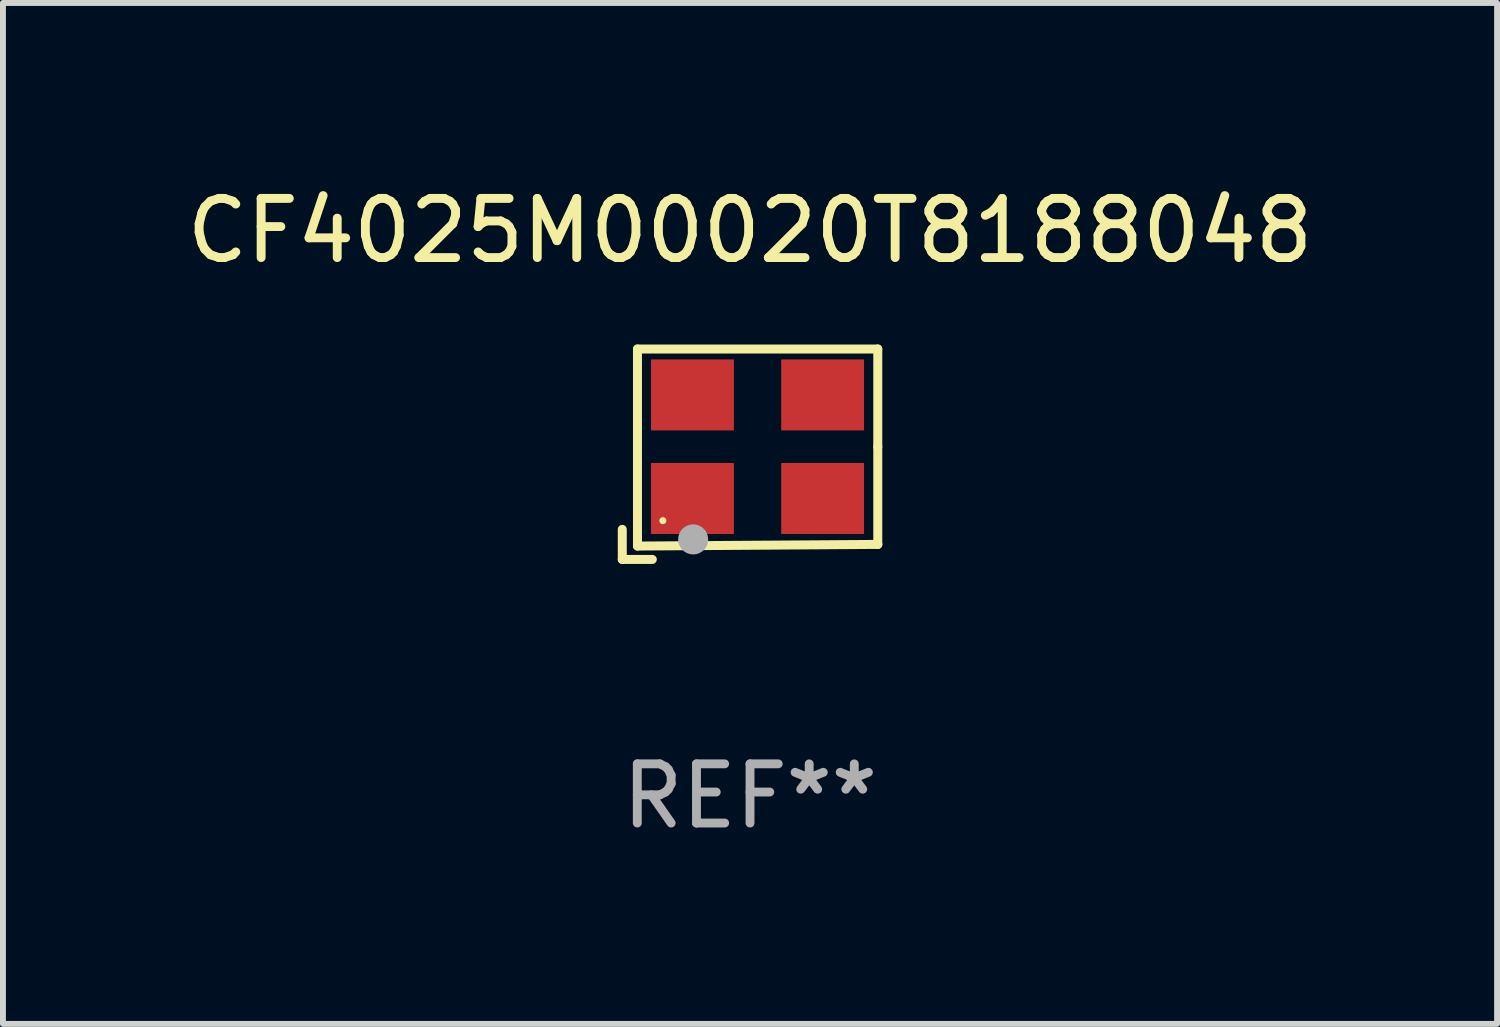
<source format=kicad_pcb>
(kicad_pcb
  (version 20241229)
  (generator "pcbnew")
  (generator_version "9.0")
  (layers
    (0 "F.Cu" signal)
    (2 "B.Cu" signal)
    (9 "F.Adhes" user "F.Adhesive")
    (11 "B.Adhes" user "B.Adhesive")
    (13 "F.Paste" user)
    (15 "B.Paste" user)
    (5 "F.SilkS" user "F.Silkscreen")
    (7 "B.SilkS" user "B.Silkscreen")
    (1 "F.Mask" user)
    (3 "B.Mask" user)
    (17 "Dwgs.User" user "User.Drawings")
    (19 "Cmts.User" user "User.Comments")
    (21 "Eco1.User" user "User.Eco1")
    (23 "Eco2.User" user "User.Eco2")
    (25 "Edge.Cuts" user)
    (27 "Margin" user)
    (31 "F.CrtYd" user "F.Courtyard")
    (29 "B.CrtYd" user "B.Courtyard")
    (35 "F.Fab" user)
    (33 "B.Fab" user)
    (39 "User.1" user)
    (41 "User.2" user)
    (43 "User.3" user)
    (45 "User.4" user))
  (footprint "CF4025M00020T8188048"
    (layer "F.Cu")
    (at 9.625 4.626)
    (property "Reference" "CF4025M00020T8188048" (at 0 -3.778 0) (layer "F.SilkS") (effects (font (size 1 1) (thickness 0.15))))
    (attr through_hole)
    (fp_line (start -2.159 1.27) (end -2.159 1.778) (stroke (width 0.152) (type solid)) (layer "F.SilkS"))
    (fp_line (start -2.159 1.778) (end -1.651 1.778) (stroke (width 0.152) (type solid)) (layer "F.SilkS"))
    (fp_line (start -1.902 -1.778) (end 2.159 -1.778) (stroke (width 0.152) (type solid)) (layer "F.SilkS"))
    (fp_line (start -1.902 1.552) (end -1.902 -1.778) (stroke (width 0.152) (type solid)) (layer "F.SilkS"))
    (fp_line (start 2.159 -1.778) (end 2.159 -0.127) (stroke (width 0.152) (type solid)) (layer "F.SilkS"))
    (fp_line (start 2.159 -0.127) (end 2.159 1.524) (stroke (width 0.152) (type solid)) (layer "F.SilkS"))
    (fp_line (start 2.159 1.524) (end -1.902 1.552) (stroke (width 0.152) (type solid)) (layer "F.SilkS"))
    (fp_line (start 2.159 1.524) (end 2.159 1.524) (stroke (width 0.152) (type solid)) (layer "F.SilkS"))
    (fp_circle (center -1.473 1.123) (end -1.443 1.123) (stroke (width 0.06) (type solid)) (fill no) (layer "F.SilkS"))
    (fp_circle (center -0.961 1.44) (end -0.834 1.44) (stroke (width 0.254) (type solid)) (fill no) (layer "F.Fab"))
    (fp_text user "REF**" (at 0 5.778 0) (layer "F.Fab") (effects (font (size 1 1) (thickness 0.15))))
    (pad "1" smd rect (at -0.973 0.748) (size 1.4 1.2) (layers "F.Cu" "F.Mask" "F.Paste"))
    (pad "2" smd rect (at 1.227 0.748) (size 1.4 1.2) (layers "F.Cu" "F.Mask" "F.Paste"))
    (pad "3" smd rect (at 1.227 -1.002) (size 1.4 1.2) (layers "F.Cu" "F.Mask" "F.Paste"))
    (pad "4" smd rect (at -0.973 -1.002) (size 1.4 1.2) (layers "F.Cu" "F.Mask" "F.Paste")))
  (gr_rect
    (start -3 -3)
    (end 22.25 14.253)
    (stroke (width 0.1) (type default))
    (fill no)
    (layer "Edge.Cuts")))
</source>
